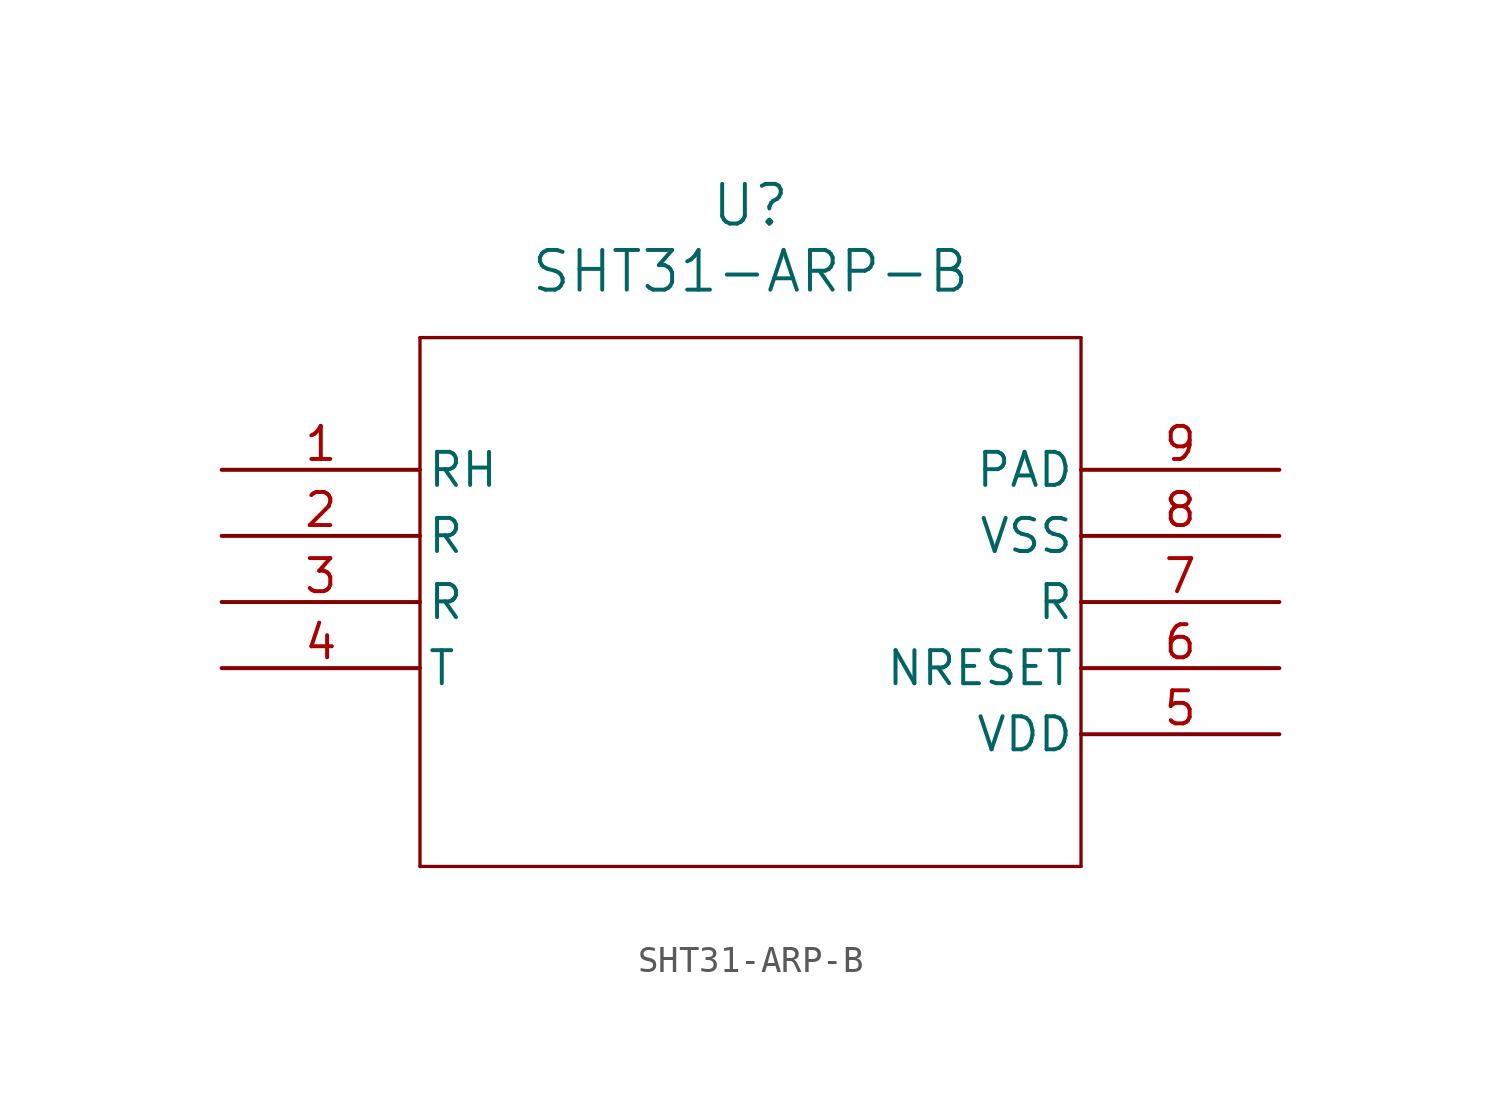
<source format=kicad_sym>
(kicad_symbol_lib
  (version 20211014)
  (generator kicad_symbol_editor)
  (symbol "SHT31-ARP-B"
    (pin_names
      (offset 0.254))
    (property "Reference" "U"
      (at 20.32 10.16 0)
      (effects (font (size 1.524 1.524))))
    (property "Value" "SHT31-ARP-B"
      (at 20.32 7.62 0)
      (effects (font (size 1.524 1.524))))
    (symbol "SHT31-ARP-B_0_1"
      (polyline (pts (xy 7.62 5.08) (xy 7.62 -15.24)) (stroke (width 0.127) (type default) (color 0 0 0 0)) (fill (type none)))
      (polyline (pts (xy 7.62 -15.24) (xy 33.02 -15.24)) (stroke (width 0.127) (type default) (color 0 0 0 0)) (fill (type none)))
      (polyline (pts (xy 33.02 -15.24) (xy 33.02 5.08)) (stroke (width 0.127) (type default) (color 0 0 0 0)) (fill (type none)))
      (polyline (pts (xy 33.02 5.08) (xy 7.62 5.08)) (stroke (width 0.127) (type default) (color 0 0 0 0)) (fill (type none)))
      (pin output line (at 0 0 0) (length 7.62) (name "RH" (effects (font (size 1.27 1.27)))) (number "1" (effects (font (size 1.27 1.27)))))
      (pin unspecified line (at 0 -2.54 0) (length 7.62) (name "R" (effects (font (size 1.27 1.27)))) (number "2" (effects (font (size 1.27 1.27)))))
      (pin unspecified line (at 0 -5.08 0) (length 7.62) (name "R" (effects (font (size 1.27 1.27)))) (number "3" (effects (font (size 1.27 1.27)))))
      (pin output line (at 0 -7.62 0) (length 7.62) (name "T" (effects (font (size 1.27 1.27)))) (number "4" (effects (font (size 1.27 1.27)))))
      (pin power_in line (at 40.64 -10.16 180) (length 7.62) (name "VDD" (effects (font (size 1.27 1.27)))) (number "5" (effects (font (size 1.27 1.27)))))
      (pin input line (at 40.64 -7.62 180) (length 7.62) (name "NRESET" (effects (font (size 1.27 1.27)))) (number "6" (effects (font (size 1.27 1.27)))))
      (pin unspecified line (at 40.64 -5.08 180) (length 7.62) (name "R" (effects (font (size 1.27 1.27)))) (number "7" (effects (font (size 1.27 1.27)))))
      (pin power_out line (at 40.64 -2.54 180) (length 7.62) (name "VSS" (effects (font (size 1.27 1.27)))) (number "8" (effects (font (size 1.27 1.27)))))
      (pin power_out line (at 40.64 0 180) (length 7.62) (name "PAD" (effects (font (size 1.27 1.27)))) (number "9" (effects (font (size 1.27 1.27))))))))
</source>
